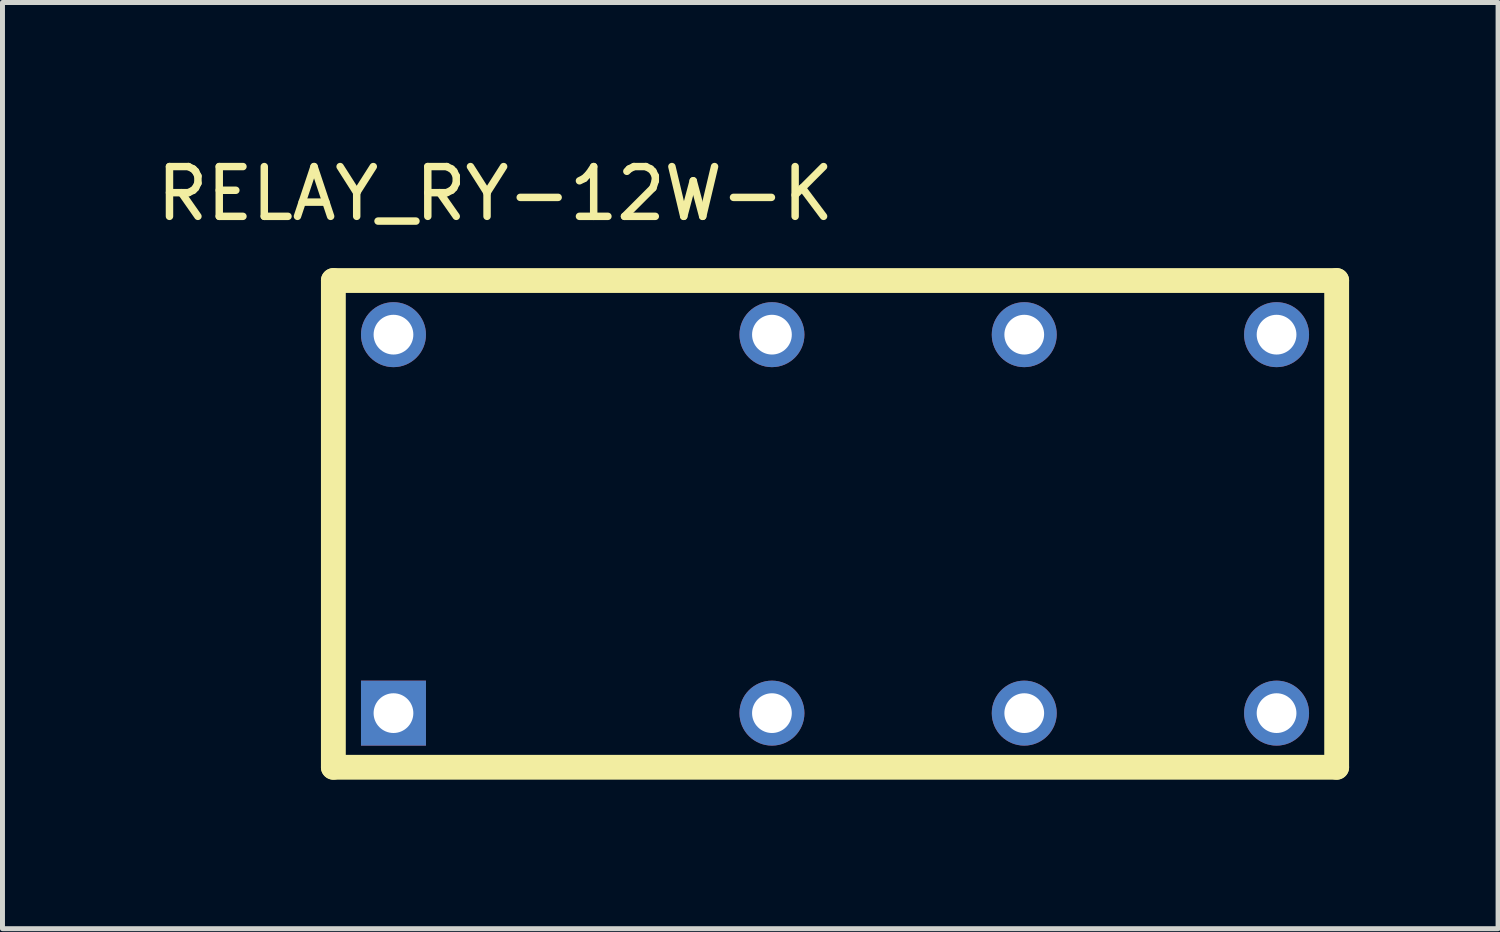
<source format=kicad_pcb>
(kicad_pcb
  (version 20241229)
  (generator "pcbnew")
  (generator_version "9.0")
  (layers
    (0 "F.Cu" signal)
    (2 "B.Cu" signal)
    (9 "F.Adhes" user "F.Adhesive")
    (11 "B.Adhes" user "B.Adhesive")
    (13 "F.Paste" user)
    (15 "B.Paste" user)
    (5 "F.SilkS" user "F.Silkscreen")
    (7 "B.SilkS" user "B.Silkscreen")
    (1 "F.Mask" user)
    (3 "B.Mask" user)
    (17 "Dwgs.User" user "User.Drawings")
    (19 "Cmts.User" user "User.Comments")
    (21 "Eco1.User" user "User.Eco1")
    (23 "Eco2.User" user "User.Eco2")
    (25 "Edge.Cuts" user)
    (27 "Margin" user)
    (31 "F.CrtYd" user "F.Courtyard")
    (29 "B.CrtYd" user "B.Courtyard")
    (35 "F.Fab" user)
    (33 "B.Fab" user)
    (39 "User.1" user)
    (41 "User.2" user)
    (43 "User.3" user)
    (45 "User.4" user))
  (footprint "RELAY_RY-12W-K"
    (layer "F.Cu")
    (at 13.762 7.498)
    (property "Reference" "RELAY_RY-12W-K" (at -6.839 -6.648 0) (layer "F.SilkS") (effects (font (size 1.002 1.002) (thickness 0.15))))
    (attr through_hole)
    (fp_line (start -10.1 -4.9) (end -10.1 4.9) (stroke (width 0.5) (type solid)) (layer "F.SilkS"))
    (fp_line (start -10.1 4.9) (end 10.1 4.9) (stroke (width 0.5) (type solid)) (layer "F.SilkS"))
    (fp_line (start 10.1 -4.9) (end -10.1 -4.9) (stroke (width 0.5) (type solid)) (layer "F.SilkS"))
    (fp_line (start 10.1 4.9) (end 10.1 -4.9) (stroke (width 0.5) (type solid)) (layer "F.SilkS"))
    (pad "1" thru_hole rect (at -8.89 3.81) (size 1.308 1.308) (drill 0.8) (layers "*.Cu" "*.Mask"))
    (pad "4" thru_hole circle (at -1.27 3.81) (size 1.308 1.308) (drill 0.8) (layers "*.Cu" "*.Mask"))
    (pad "6" thru_hole circle (at 3.81 3.81) (size 1.308 1.308) (drill 0.8) (layers "*.Cu" "*.Mask"))
    (pad "8" thru_hole circle (at 8.89 3.81) (size 1.308 1.308) (drill 0.8) (layers "*.Cu" "*.Mask"))
    (pad "9" thru_hole circle (at 8.89 -3.81) (size 1.308 1.308) (drill 0.8) (layers "*.Cu" "*.Mask"))
    (pad "11" thru_hole circle (at 3.81 -3.81) (size 1.308 1.308) (drill 0.8) (layers "*.Cu" "*.Mask"))
    (pad "13" thru_hole circle (at -1.27 -3.81) (size 1.308 1.308) (drill 0.8) (layers "*.Cu" "*.Mask"))
    (pad "16" thru_hole circle (at -8.89 -3.81) (size 1.308 1.308) (drill 0.8) (layers "*.Cu" "*.Mask")))
  (gr_rect
    (start -3 -3)
    (end 27.112 15.648)
    (stroke (width 0.1) (type default))
    (fill no)
    (layer "Edge.Cuts")))
</source>
